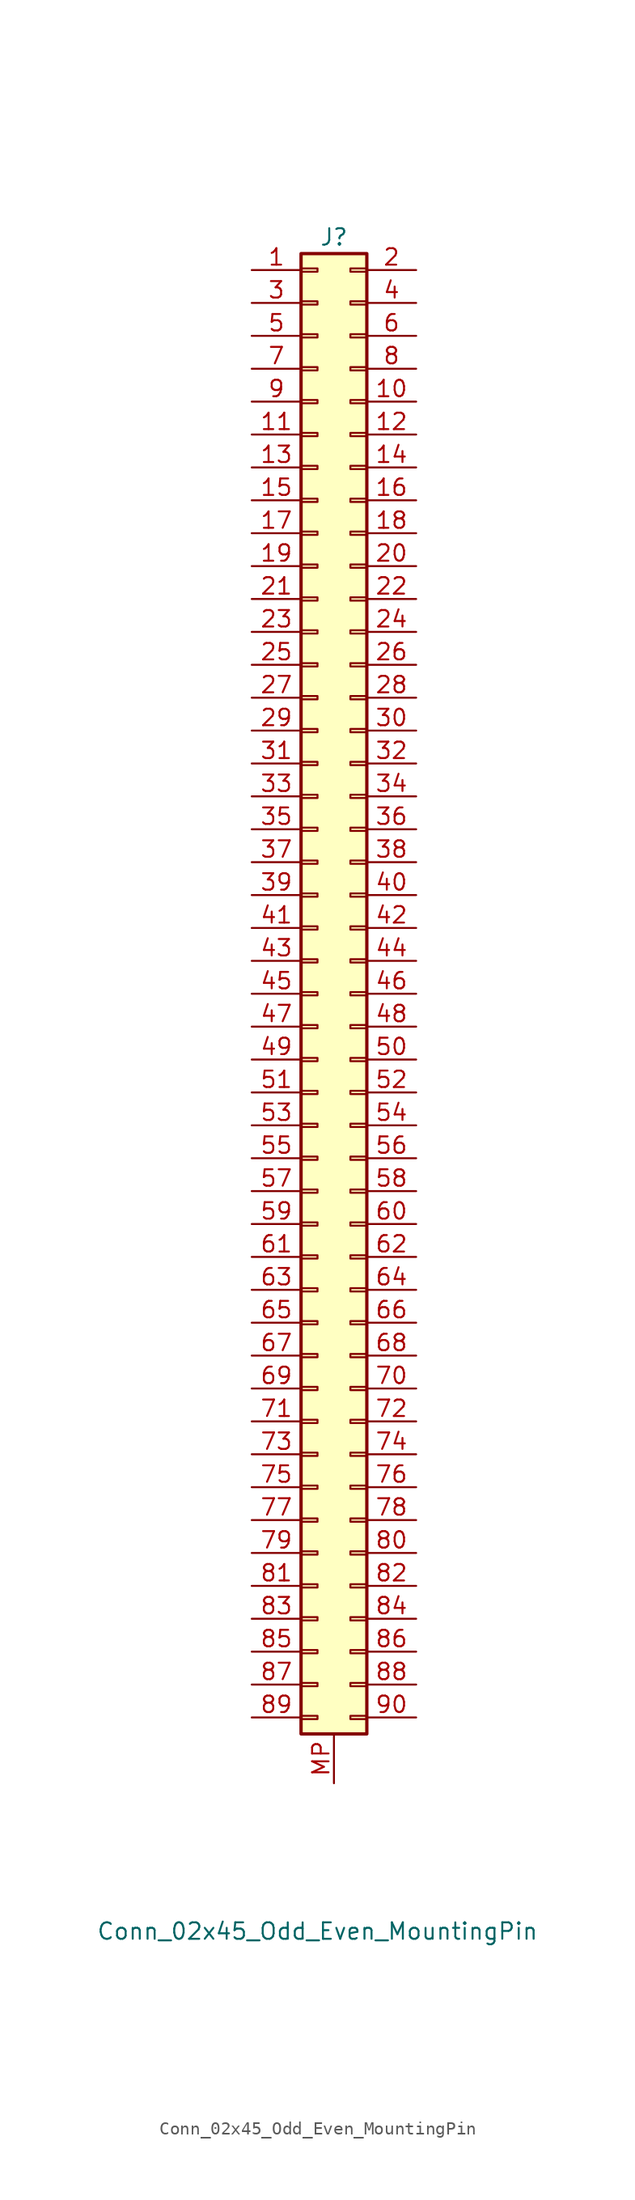
<source format=kicad_sym>
(kicad_symbol_lib
  (version 20231120)
  (generator "kicad_symbol_editor")
  (generator_version "8.0")
  (symbol "Conn_02x45_Odd_Even_MountingPin"
    (pin_names
      (offset 1.016) hide)
    (property "Reference" "J"
      (at 1.27 50.8 0)
      (effects (font (size 1.27 1.27))))
    (property "Value" "Conn_02x45_Odd_Even_MountingPin"
      (at 0 -80.01 0)
      (effects (font (size 1.27 1.27))))
    (symbol "Conn_02x45_Odd_Even_MountingPin_1_1"
      (rectangle (start -1.27 -63.373) (end 0 -63.627) (stroke (width 0.152) (type default)) (fill (type none)))
      (rectangle (start -1.27 -60.833) (end 0 -61.087) (stroke (width 0.152) (type default)) (fill (type none)))
      (rectangle (start -1.27 -58.293) (end 0 -58.547) (stroke (width 0.152) (type default)) (fill (type none)))
      (rectangle (start -1.27 -55.753) (end 0 -56.007) (stroke (width 0.152) (type default)) (fill (type none)))
      (rectangle (start -1.27 -53.213) (end 0 -53.467) (stroke (width 0.152) (type default)) (fill (type none)))
      (rectangle (start -1.27 -50.673) (end 0 -50.927) (stroke (width 0.152) (type default)) (fill (type none)))
      (rectangle (start -1.27 -48.133) (end 0 -48.387) (stroke (width 0.152) (type default)) (fill (type none)))
      (rectangle (start -1.27 -45.593) (end 0 -45.847) (stroke (width 0.152) (type default)) (fill (type none)))
      (rectangle (start -1.27 -43.053) (end 0 -43.307) (stroke (width 0.152) (type default)) (fill (type none)))
      (rectangle (start -1.27 -40.513) (end 0 -40.767) (stroke (width 0.152) (type default)) (fill (type none)))
      (rectangle (start -1.27 -37.973) (end 0 -38.227) (stroke (width 0.152) (type default)) (fill (type none)))
      (rectangle (start -1.27 -35.433) (end 0 -35.687) (stroke (width 0.152) (type default)) (fill (type none)))
      (rectangle (start -1.27 -32.893) (end 0 -33.147) (stroke (width 0.152) (type default)) (fill (type none)))
      (rectangle (start -1.27 -30.353) (end 0 -30.607) (stroke (width 0.152) (type default)) (fill (type none)))
      (rectangle (start -1.27 -27.813) (end 0 -28.067) (stroke (width 0.152) (type default)) (fill (type none)))
      (rectangle (start -1.27 -25.273) (end 0 -25.527) (stroke (width 0.152) (type default)) (fill (type none)))
      (rectangle (start -1.27 -22.733) (end 0 -22.987) (stroke (width 0.152) (type default)) (fill (type none)))
      (rectangle (start -1.27 -20.193) (end 0 -20.447) (stroke (width 0.152) (type default)) (fill (type none)))
      (rectangle (start -1.27 -17.653) (end 0 -17.907) (stroke (width 0.152) (type default)) (fill (type none)))
      (rectangle (start -1.27 -15.113) (end 0 -15.367) (stroke (width 0.152) (type default)) (fill (type none)))
      (rectangle (start -1.27 -12.573) (end 0 -12.827) (stroke (width 0.152) (type default)) (fill (type none)))
      (rectangle (start -1.27 -10.033) (end 0 -10.287) (stroke (width 0.152) (type default)) (fill (type none)))
      (rectangle (start -1.27 -7.493) (end 0 -7.747) (stroke (width 0.152) (type default)) (fill (type none)))
      (rectangle (start -1.27 -4.953) (end 0 -5.207) (stroke (width 0.152) (type default)) (fill (type none)))
      (rectangle (start -1.27 -2.413) (end 0 -2.667) (stroke (width 0.152) (type default)) (fill (type none)))
      (rectangle (start -1.27 0.127) (end 0 -0.127) (stroke (width 0.152) (type default)) (fill (type none)))
      (rectangle (start -1.27 2.667) (end 0 2.413) (stroke (width 0.152) (type default)) (fill (type none)))
      (rectangle (start -1.27 5.207) (end 0 4.953) (stroke (width 0.152) (type default)) (fill (type none)))
      (rectangle (start -1.27 7.747) (end 0 7.493) (stroke (width 0.152) (type default)) (fill (type none)))
      (rectangle (start -1.27 10.287) (end 0 10.033) (stroke (width 0.152) (type default)) (fill (type none)))
      (rectangle (start -1.27 12.827) (end 0 12.573) (stroke (width 0.152) (type default)) (fill (type none)))
      (rectangle (start -1.27 15.367) (end 0 15.113) (stroke (width 0.152) (type default)) (fill (type none)))
      (rectangle (start -1.27 17.907) (end 0 17.653) (stroke (width 0.152) (type default)) (fill (type none)))
      (rectangle (start -1.27 20.447) (end 0 20.193) (stroke (width 0.152) (type default)) (fill (type none)))
      (rectangle (start -1.27 22.987) (end 0 22.733) (stroke (width 0.152) (type default)) (fill (type none)))
      (rectangle (start -1.27 25.527) (end 0 25.273) (stroke (width 0.152) (type default)) (fill (type none)))
      (rectangle (start -1.27 28.067) (end 0 27.813) (stroke (width 0.152) (type default)) (fill (type none)))
      (rectangle (start -1.27 30.607) (end 0 30.353) (stroke (width 0.152) (type default)) (fill (type none)))
      (rectangle (start -1.27 33.147) (end 0 32.893) (stroke (width 0.152) (type default)) (fill (type none)))
      (rectangle (start -1.27 35.687) (end 0 35.433) (stroke (width 0.152) (type default)) (fill (type none)))
      (rectangle (start -1.27 38.227) (end 0 37.973) (stroke (width 0.152) (type default)) (fill (type none)))
      (rectangle (start -1.27 40.767) (end 0 40.513) (stroke (width 0.152) (type default)) (fill (type none)))
      (rectangle (start -1.27 43.307) (end 0 43.053) (stroke (width 0.152) (type default)) (fill (type none)))
      (rectangle (start -1.27 45.847) (end 0 45.593) (stroke (width 0.152) (type default)) (fill (type none)))
      (rectangle (start -1.27 48.387) (end 0 48.133) (stroke (width 0.152) (type default)) (fill (type none)))
      (rectangle (start -1.27 49.53) (end 3.81 -64.77) (stroke (width 0.254) (type default)) (fill (type background)))
      (rectangle (start 2.54 -63.373) (end 3.81 -63.627) (stroke (width 0.152) (type default)) (fill (type none)))
      (rectangle (start 2.54 -60.833) (end 3.81 -61.087) (stroke (width 0.152) (type default)) (fill (type none)))
      (rectangle (start 2.54 -53.213) (end 3.81 -53.467) (stroke (width 0.152) (type default)) (fill (type none)))
      (rectangle (start 2.54 -50.673) (end 3.81 -50.927) (stroke (width 0.152) (type default)) (fill (type none)))
      (rectangle (start 3.81 -58.293) (end 2.54 -58.547) (stroke (width 0.152) (type default)) (fill (type none)))
      (rectangle (start 3.81 -55.753) (end 2.54 -56.007) (stroke (width 0.152) (type default)) (fill (type none)))
      (rectangle (start 3.81 -48.133) (end 2.54 -48.387) (stroke (width 0.152) (type default)) (fill (type none)))
      (rectangle (start 3.81 -45.593) (end 2.54 -45.847) (stroke (width 0.152) (type default)) (fill (type none)))
      (rectangle (start 3.81 -43.053) (end 2.54 -43.307) (stroke (width 0.152) (type default)) (fill (type none)))
      (rectangle (start 3.81 -40.513) (end 2.54 -40.767) (stroke (width 0.152) (type default)) (fill (type none)))
      (rectangle (start 3.81 -37.973) (end 2.54 -38.227) (stroke (width 0.152) (type default)) (fill (type none)))
      (rectangle (start 3.81 -35.433) (end 2.54 -35.687) (stroke (width 0.152) (type default)) (fill (type none)))
      (rectangle (start 3.81 -32.893) (end 2.54 -33.147) (stroke (width 0.152) (type default)) (fill (type none)))
      (rectangle (start 3.81 -30.353) (end 2.54 -30.607) (stroke (width 0.152) (type default)) (fill (type none)))
      (rectangle (start 3.81 -27.813) (end 2.54 -28.067) (stroke (width 0.152) (type default)) (fill (type none)))
      (rectangle (start 3.81 -25.273) (end 2.54 -25.527) (stroke (width 0.152) (type default)) (fill (type none)))
      (rectangle (start 3.81 -22.733) (end 2.54 -22.987) (stroke (width 0.152) (type default)) (fill (type none)))
      (rectangle (start 3.81 -20.193) (end 2.54 -20.447) (stroke (width 0.152) (type default)) (fill (type none)))
      (rectangle (start 3.81 -17.653) (end 2.54 -17.907) (stroke (width 0.152) (type default)) (fill (type none)))
      (rectangle (start 3.81 -15.113) (end 2.54 -15.367) (stroke (width 0.152) (type default)) (fill (type none)))
      (rectangle (start 3.81 -12.573) (end 2.54 -12.827) (stroke (width 0.152) (type default)) (fill (type none)))
      (rectangle (start 3.81 -10.033) (end 2.54 -10.287) (stroke (width 0.152) (type default)) (fill (type none)))
      (rectangle (start 3.81 -7.493) (end 2.54 -7.747) (stroke (width 0.152) (type default)) (fill (type none)))
      (rectangle (start 3.81 -4.953) (end 2.54 -5.207) (stroke (width 0.152) (type default)) (fill (type none)))
      (rectangle (start 3.81 -2.413) (end 2.54 -2.667) (stroke (width 0.152) (type default)) (fill (type none)))
      (rectangle (start 3.81 0.127) (end 2.54 -0.127) (stroke (width 0.152) (type default)) (fill (type none)))
      (rectangle (start 3.81 2.667) (end 2.54 2.413) (stroke (width 0.152) (type default)) (fill (type none)))
      (rectangle (start 3.81 5.207) (end 2.54 4.953) (stroke (width 0.152) (type default)) (fill (type none)))
      (rectangle (start 3.81 7.747) (end 2.54 7.493) (stroke (width 0.152) (type default)) (fill (type none)))
      (rectangle (start 3.81 10.287) (end 2.54 10.033) (stroke (width 0.152) (type default)) (fill (type none)))
      (rectangle (start 3.81 12.827) (end 2.54 12.573) (stroke (width 0.152) (type default)) (fill (type none)))
      (rectangle (start 3.81 15.367) (end 2.54 15.113) (stroke (width 0.152) (type default)) (fill (type none)))
      (rectangle (start 3.81 17.907) (end 2.54 17.653) (stroke (width 0.152) (type default)) (fill (type none)))
      (rectangle (start 3.81 20.447) (end 2.54 20.193) (stroke (width 0.152) (type default)) (fill (type none)))
      (rectangle (start 3.81 22.987) (end 2.54 22.733) (stroke (width 0.152) (type default)) (fill (type none)))
      (rectangle (start 3.81 25.527) (end 2.54 25.273) (stroke (width 0.152) (type default)) (fill (type none)))
      (rectangle (start 3.81 28.067) (end 2.54 27.813) (stroke (width 0.152) (type default)) (fill (type none)))
      (rectangle (start 3.81 30.607) (end 2.54 30.353) (stroke (width 0.152) (type default)) (fill (type none)))
      (rectangle (start 3.81 33.147) (end 2.54 32.893) (stroke (width 0.152) (type default)) (fill (type none)))
      (rectangle (start 3.81 35.687) (end 2.54 35.433) (stroke (width 0.152) (type default)) (fill (type none)))
      (rectangle (start 3.81 38.227) (end 2.54 37.973) (stroke (width 0.152) (type default)) (fill (type none)))
      (rectangle (start 3.81 40.767) (end 2.54 40.513) (stroke (width 0.152) (type default)) (fill (type none)))
      (rectangle (start 3.81 43.307) (end 2.54 43.053) (stroke (width 0.152) (type default)) (fill (type none)))
      (rectangle (start 3.81 45.847) (end 2.54 45.593) (stroke (width 0.152) (type default)) (fill (type none)))
      (rectangle (start 3.81 48.387) (end 2.54 48.133) (stroke (width 0.152) (type default)) (fill (type none)))
      (pin passive line (at -5.08 48.26 0) (length 3.81) (name "Pin_1" (effects (font (size 1.27 1.27)))) (number "1" (effects (font (size 1.27 1.27)))))
      (pin passive line (at 7.62 38.1 180) (length 3.81) (name "Pin_10" (effects (font (size 1.27 1.27)))) (number "10" (effects (font (size 1.27 1.27)))))
      (pin passive line (at -5.08 35.56 0) (length 3.81) (name "Pin_11" (effects (font (size 1.27 1.27)))) (number "11" (effects (font (size 1.27 1.27)))))
      (pin passive line (at 7.62 35.56 180) (length 3.81) (name "Pin_12" (effects (font (size 1.27 1.27)))) (number "12" (effects (font (size 1.27 1.27)))))
      (pin passive line (at -5.08 33.02 0) (length 3.81) (name "Pin_13" (effects (font (size 1.27 1.27)))) (number "13" (effects (font (size 1.27 1.27)))))
      (pin passive line (at 7.62 33.02 180) (length 3.81) (name "Pin_14" (effects (font (size 1.27 1.27)))) (number "14" (effects (font (size 1.27 1.27)))))
      (pin passive line (at -5.08 30.48 0) (length 3.81) (name "Pin_15" (effects (font (size 1.27 1.27)))) (number "15" (effects (font (size 1.27 1.27)))))
      (pin passive line (at 7.62 30.48 180) (length 3.81) (name "Pin_16" (effects (font (size 1.27 1.27)))) (number "16" (effects (font (size 1.27 1.27)))))
      (pin passive line (at -5.08 27.94 0) (length 3.81) (name "Pin_17" (effects (font (size 1.27 1.27)))) (number "17" (effects (font (size 1.27 1.27)))))
      (pin passive line (at 7.62 27.94 180) (length 3.81) (name "Pin_18" (effects (font (size 1.27 1.27)))) (number "18" (effects (font (size 1.27 1.27)))))
      (pin passive line (at -5.08 25.4 0) (length 3.81) (name "Pin_19" (effects (font (size 1.27 1.27)))) (number "19" (effects (font (size 1.27 1.27)))))
      (pin passive line (at 7.62 48.26 180) (length 3.81) (name "Pin_2" (effects (font (size 1.27 1.27)))) (number "2" (effects (font (size 1.27 1.27)))))
      (pin passive line (at 7.62 25.4 180) (length 3.81) (name "Pin_20" (effects (font (size 1.27 1.27)))) (number "20" (effects (font (size 1.27 1.27)))))
      (pin passive line (at -5.08 22.86 0) (length 3.81) (name "Pin_21" (effects (font (size 1.27 1.27)))) (number "21" (effects (font (size 1.27 1.27)))))
      (pin passive line (at 7.62 22.86 180) (length 3.81) (name "Pin_22" (effects (font (size 1.27 1.27)))) (number "22" (effects (font (size 1.27 1.27)))))
      (pin passive line (at -5.08 20.32 0) (length 3.81) (name "Pin_23" (effects (font (size 1.27 1.27)))) (number "23" (effects (font (size 1.27 1.27)))))
      (pin passive line (at 7.62 20.32 180) (length 3.81) (name "Pin_24" (effects (font (size 1.27 1.27)))) (number "24" (effects (font (size 1.27 1.27)))))
      (pin passive line (at -5.08 17.78 0) (length 3.81) (name "Pin_25" (effects (font (size 1.27 1.27)))) (number "25" (effects (font (size 1.27 1.27)))))
      (pin passive line (at 7.62 17.78 180) (length 3.81) (name "Pin_26" (effects (font (size 1.27 1.27)))) (number "26" (effects (font (size 1.27 1.27)))))
      (pin passive line (at -5.08 15.24 0) (length 3.81) (name "Pin_27" (effects (font (size 1.27 1.27)))) (number "27" (effects (font (size 1.27 1.27)))))
      (pin passive line (at 7.62 15.24 180) (length 3.81) (name "Pin_28" (effects (font (size 1.27 1.27)))) (number "28" (effects (font (size 1.27 1.27)))))
      (pin passive line (at -5.08 12.7 0) (length 3.81) (name "Pin_29" (effects (font (size 1.27 1.27)))) (number "29" (effects (font (size 1.27 1.27)))))
      (pin passive line (at -5.08 45.72 0) (length 3.81) (name "Pin_3" (effects (font (size 1.27 1.27)))) (number "3" (effects (font (size 1.27 1.27)))))
      (pin passive line (at 7.62 12.7 180) (length 3.81) (name "Pin_30" (effects (font (size 1.27 1.27)))) (number "30" (effects (font (size 1.27 1.27)))))
      (pin passive line (at -5.08 10.16 0) (length 3.81) (name "Pin_31" (effects (font (size 1.27 1.27)))) (number "31" (effects (font (size 1.27 1.27)))))
      (pin passive line (at 7.62 10.16 180) (length 3.81) (name "Pin_32" (effects (font (size 1.27 1.27)))) (number "32" (effects (font (size 1.27 1.27)))))
      (pin passive line (at -5.08 7.62 0) (length 3.81) (name "Pin_33" (effects (font (size 1.27 1.27)))) (number "33" (effects (font (size 1.27 1.27)))))
      (pin passive line (at 7.62 7.62 180) (length 3.81) (name "Pin_34" (effects (font (size 1.27 1.27)))) (number "34" (effects (font (size 1.27 1.27)))))
      (pin passive line (at -5.08 5.08 0) (length 3.81) (name "Pin_35" (effects (font (size 1.27 1.27)))) (number "35" (effects (font (size 1.27 1.27)))))
      (pin passive line (at 7.62 5.08 180) (length 3.81) (name "Pin_36" (effects (font (size 1.27 1.27)))) (number "36" (effects (font (size 1.27 1.27)))))
      (pin passive line (at -5.08 2.54 0) (length 3.81) (name "Pin_37" (effects (font (size 1.27 1.27)))) (number "37" (effects (font (size 1.27 1.27)))))
      (pin passive line (at 7.62 2.54 180) (length 3.81) (name "Pin_38" (effects (font (size 1.27 1.27)))) (number "38" (effects (font (size 1.27 1.27)))))
      (pin passive line (at -5.08 0 0) (length 3.81) (name "Pin_39" (effects (font (size 1.27 1.27)))) (number "39" (effects (font (size 1.27 1.27)))))
      (pin passive line (at 7.62 45.72 180) (length 3.81) (name "Pin_4" (effects (font (size 1.27 1.27)))) (number "4" (effects (font (size 1.27 1.27)))))
      (pin passive line (at 7.62 0 180) (length 3.81) (name "Pin_40" (effects (font (size 1.27 1.27)))) (number "40" (effects (font (size 1.27 1.27)))))
      (pin passive line (at -5.08 -2.54 0) (length 3.81) (name "Pin_41" (effects (font (size 1.27 1.27)))) (number "41" (effects (font (size 1.27 1.27)))))
      (pin passive line (at 7.62 -2.54 180) (length 3.81) (name "Pin_42" (effects (font (size 1.27 1.27)))) (number "42" (effects (font (size 1.27 1.27)))))
      (pin passive line (at -5.08 -5.08 0) (length 3.81) (name "Pin_43" (effects (font (size 1.27 1.27)))) (number "43" (effects (font (size 1.27 1.27)))))
      (pin passive line (at 7.62 -5.08 180) (length 3.81) (name "Pin_44" (effects (font (size 1.27 1.27)))) (number "44" (effects (font (size 1.27 1.27)))))
      (pin passive line (at -5.08 -7.62 0) (length 3.81) (name "Pin_45" (effects (font (size 1.27 1.27)))) (number "45" (effects (font (size 1.27 1.27)))))
      (pin passive line (at 7.62 -7.62 180) (length 3.81) (name "Pin_46" (effects (font (size 1.27 1.27)))) (number "46" (effects (font (size 1.27 1.27)))))
      (pin passive line (at -5.08 -10.16 0) (length 3.81) (name "Pin_47" (effects (font (size 1.27 1.27)))) (number "47" (effects (font (size 1.27 1.27)))))
      (pin passive line (at 7.62 -10.16 180) (length 3.81) (name "Pin_48" (effects (font (size 1.27 1.27)))) (number "48" (effects (font (size 1.27 1.27)))))
      (pin passive line (at -5.08 -12.7 0) (length 3.81) (name "Pin_49" (effects (font (size 1.27 1.27)))) (number "49" (effects (font (size 1.27 1.27)))))
      (pin passive line (at -5.08 43.18 0) (length 3.81) (name "Pin_5" (effects (font (size 1.27 1.27)))) (number "5" (effects (font (size 1.27 1.27)))))
      (pin passive line (at 7.62 -12.7 180) (length 3.81) (name "Pin_50" (effects (font (size 1.27 1.27)))) (number "50" (effects (font (size 1.27 1.27)))))
      (pin passive line (at -5.08 -15.24 0) (length 3.81) (name "Pin_51" (effects (font (size 1.27 1.27)))) (number "51" (effects (font (size 1.27 1.27)))))
      (pin passive line (at 7.62 -15.24 180) (length 3.81) (name "Pin_52" (effects (font (size 1.27 1.27)))) (number "52" (effects (font (size 1.27 1.27)))))
      (pin passive line (at -5.08 -17.78 0) (length 3.81) (name "Pin_53" (effects (font (size 1.27 1.27)))) (number "53" (effects (font (size 1.27 1.27)))))
      (pin passive line (at 7.62 -17.78 180) (length 3.81) (name "Pin_54" (effects (font (size 1.27 1.27)))) (number "54" (effects (font (size 1.27 1.27)))))
      (pin passive line (at -5.08 -20.32 0) (length 3.81) (name "Pin_55" (effects (font (size 1.27 1.27)))) (number "55" (effects (font (size 1.27 1.27)))))
      (pin passive line (at 7.62 -20.32 180) (length 3.81) (name "Pin_56" (effects (font (size 1.27 1.27)))) (number "56" (effects (font (size 1.27 1.27)))))
      (pin passive line (at -5.08 -22.86 0) (length 3.81) (name "Pin_57" (effects (font (size 1.27 1.27)))) (number "57" (effects (font (size 1.27 1.27)))))
      (pin passive line (at 7.62 -22.86 180) (length 3.81) (name "Pin_58" (effects (font (size 1.27 1.27)))) (number "58" (effects (font (size 1.27 1.27)))))
      (pin passive line (at -5.08 -25.4 0) (length 3.81) (name "Pin_59" (effects (font (size 1.27 1.27)))) (number "59" (effects (font (size 1.27 1.27)))))
      (pin passive line (at 7.62 43.18 180) (length 3.81) (name "Pin_6" (effects (font (size 1.27 1.27)))) (number "6" (effects (font (size 1.27 1.27)))))
      (pin passive line (at 7.62 -25.4 180) (length 3.81) (name "Pin_60" (effects (font (size 1.27 1.27)))) (number "60" (effects (font (size 1.27 1.27)))))
      (pin passive line (at -5.08 -27.94 0) (length 3.81) (name "Pin_61" (effects (font (size 1.27 1.27)))) (number "61" (effects (font (size 1.27 1.27)))))
      (pin passive line (at 7.62 -27.94 180) (length 3.81) (name "Pin_62" (effects (font (size 1.27 1.27)))) (number "62" (effects (font (size 1.27 1.27)))))
      (pin passive line (at -5.08 -30.48 0) (length 3.81) (name "Pin_63" (effects (font (size 1.27 1.27)))) (number "63" (effects (font (size 1.27 1.27)))))
      (pin passive line (at 7.62 -30.48 180) (length 3.81) (name "Pin_64" (effects (font (size 1.27 1.27)))) (number "64" (effects (font (size 1.27 1.27)))))
      (pin passive line (at -5.08 -33.02 0) (length 3.81) (name "Pin_65" (effects (font (size 1.27 1.27)))) (number "65" (effects (font (size 1.27 1.27)))))
      (pin passive line (at 7.62 -33.02 180) (length 3.81) (name "Pin_66" (effects (font (size 1.27 1.27)))) (number "66" (effects (font (size 1.27 1.27)))))
      (pin passive line (at -5.08 -35.56 0) (length 3.81) (name "Pin_67" (effects (font (size 1.27 1.27)))) (number "67" (effects (font (size 1.27 1.27)))))
      (pin passive line (at 7.62 -35.56 180) (length 3.81) (name "Pin_68" (effects (font (size 1.27 1.27)))) (number "68" (effects (font (size 1.27 1.27)))))
      (pin passive line (at -5.08 -38.1 0) (length 3.81) (name "Pin_69" (effects (font (size 1.27 1.27)))) (number "69" (effects (font (size 1.27 1.27)))))
      (pin passive line (at -5.08 40.64 0) (length 3.81) (name "Pin_7" (effects (font (size 1.27 1.27)))) (number "7" (effects (font (size 1.27 1.27)))))
      (pin passive line (at 7.62 -38.1 180) (length 3.81) (name "Pin_70" (effects (font (size 1.27 1.27)))) (number "70" (effects (font (size 1.27 1.27)))))
      (pin passive line (at -5.08 -40.64 0) (length 3.81) (name "Pin_71" (effects (font (size 1.27 1.27)))) (number "71" (effects (font (size 1.27 1.27)))))
      (pin passive line (at 7.62 -40.64 180) (length 3.81) (name "Pin_72" (effects (font (size 1.27 1.27)))) (number "72" (effects (font (size 1.27 1.27)))))
      (pin passive line (at -5.08 -43.18 0) (length 3.81) (name "Pin_73" (effects (font (size 1.27 1.27)))) (number "73" (effects (font (size 1.27 1.27)))))
      (pin passive line (at 7.62 -43.18 180) (length 3.81) (name "Pin_74" (effects (font (size 1.27 1.27)))) (number "74" (effects (font (size 1.27 1.27)))))
      (pin passive line (at -5.08 -45.72 0) (length 3.81) (name "Pin_75" (effects (font (size 1.27 1.27)))) (number "75" (effects (font (size 1.27 1.27)))))
      (pin passive line (at 7.62 -45.72 180) (length 3.81) (name "Pin_76" (effects (font (size 1.27 1.27)))) (number "76" (effects (font (size 1.27 1.27)))))
      (pin passive line (at -5.08 -48.26 0) (length 3.81) (name "Pin_77" (effects (font (size 1.27 1.27)))) (number "77" (effects (font (size 1.27 1.27)))))
      (pin passive line (at 7.62 -48.26 180) (length 3.81) (name "Pin_78" (effects (font (size 1.27 1.27)))) (number "78" (effects (font (size 1.27 1.27)))))
      (pin passive line (at -5.08 -50.8 0) (length 3.81) (name "Pin_79" (effects (font (size 1.27 1.27)))) (number "79" (effects (font (size 1.27 1.27)))))
      (pin passive line (at 7.62 40.64 180) (length 3.81) (name "Pin_8" (effects (font (size 1.27 1.27)))) (number "8" (effects (font (size 1.27 1.27)))))
      (pin passive line (at 7.62 -50.8 180) (length 3.81) (name "Pin_80" (effects (font (size 1.27 1.27)))) (number "80" (effects (font (size 1.27 1.27)))))
      (pin passive line (at -5.08 -53.34 0) (length 3.81) (name "Pin_81" (effects (font (size 1.27 1.27)))) (number "81" (effects (font (size 1.27 1.27)))))
      (pin passive line (at 7.62 -53.34 180) (length 3.81) (name "Pin_82" (effects (font (size 1.27 1.27)))) (number "82" (effects (font (size 1.27 1.27)))))
      (pin passive line (at -5.08 -55.88 0) (length 3.81) (name "Pin_83" (effects (font (size 1.27 1.27)))) (number "83" (effects (font (size 1.27 1.27)))))
      (pin passive line (at 7.62 -55.88 180) (length 3.81) (name "Pin_84" (effects (font (size 1.27 1.27)))) (number "84" (effects (font (size 1.27 1.27)))))
      (pin passive line (at -5.08 -58.42 0) (length 3.81) (name "Pin_85" (effects (font (size 1.27 1.27)))) (number "85" (effects (font (size 1.27 1.27)))))
      (pin passive line (at 7.62 -58.42 180) (length 3.81) (name "Pin_86" (effects (font (size 1.27 1.27)))) (number "86" (effects (font (size 1.27 1.27)))))
      (pin passive line (at -5.08 -60.96 0) (length 3.81) (name "Pin_87" (effects (font (size 1.27 1.27)))) (number "87" (effects (font (size 1.27 1.27)))))
      (pin passive line (at 7.62 -60.96 180) (length 3.81) (name "Pin_88" (effects (font (size 1.27 1.27)))) (number "88" (effects (font (size 1.27 1.27)))))
      (pin passive line (at -5.08 -63.5 0) (length 3.81) (name "Pin_89" (effects (font (size 1.27 1.27)))) (number "89" (effects (font (size 1.27 1.27)))))
      (pin passive line (at -5.08 38.1 0) (length 3.81) (name "Pin_9" (effects (font (size 1.27 1.27)))) (number "9" (effects (font (size 1.27 1.27)))))
      (pin passive line (at 7.62 -63.5 180) (length 3.81) (name "Pin_90" (effects (font (size 1.27 1.27)))) (number "90" (effects (font (size 1.27 1.27)))))
      (pin passive line (at 1.27 -68.58 90) (length 3.81) (name "MountPin" (effects (font (size 1.27 1.27)))) (number "MP" (effects (font (size 1.27 1.27))))))))
</source>
